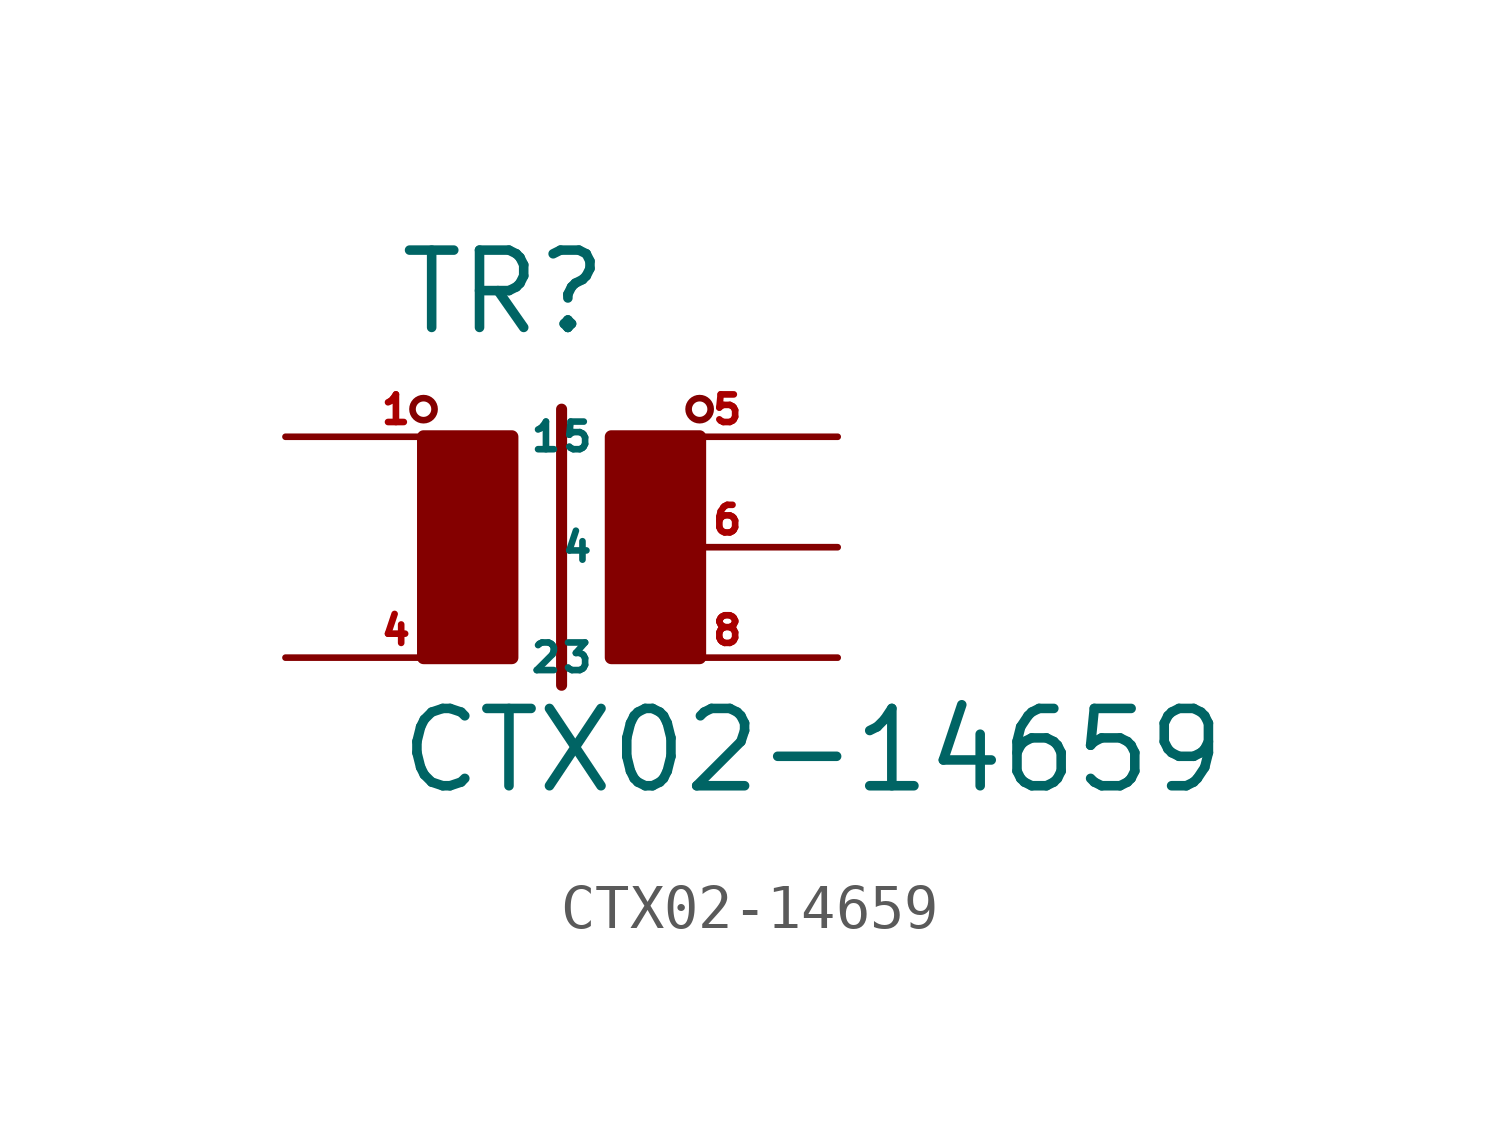
<source format=kicad_sym>
(kicad_symbol_lib
  (version 20220914)
  (generator Eagle2Kicad)
  (symbol "CTX02-14659"
    (property "Reference" "TR"
      (at -2.54 4.826 0)
      (effects (font (size 1.778 1.778) (thickness 0.22)) (justify left bottom)))
    (property "Value" "CTX02-14659"
      (at -2.54 -5.715 0)
      (effects (font (size 1.778 1.778) (thickness 0.22)) (justify left bottom)))
    (polyline
      (pts (xy 1.27 3.175) (xy 1.27 -3.175))
      (stroke (width 0.254) (type default))
      (fill (type none)))
    (circle
      (center -1.905 3.175)
      (radius 0.254)
      (stroke (width 0) (type default))
      (fill (type none)))
    (circle
      (center 4.445 3.175)
      (radius 0.254)
      (stroke (width 0) (type default))
      (fill (type none)))
    (rectangle
      (start -1.905 -2.54)
      (end 0.127 2.54)
      (stroke (width 0.3) (type default))
      (fill (type outline)))
    (rectangle
      (start 2.413 -2.54)
      (end 4.445 2.54)
      (stroke (width 0.3) (type default))
      (fill (type outline)))
    (pin passive line
      (at -5.08 2.54 0)
      (length 5.08)
      (name "1" (effects (font (size 0.635 0.635) (thickness 0.08)) (justify left bottom)))
      (number "1" (effects (font (size 0.635 0.635) (thickness 0.08)) (justify left bottom))))
    (pin passive line
      (at -5.08 -2.54 0)
      (length 5.08)
      (name "2" (effects (font (size 0.635 0.635) (thickness 0.08)) (justify left bottom)))
      (number "4" (effects (font (size 0.635 0.635) (thickness 0.08)) (justify left bottom))))
    (pin passive line
      (at 7.62 -2.54 180)
      (length 5.08)
      (name "3" (effects (font (size 0.635 0.635) (thickness 0.08)) (justify left bottom)))
      (number "8" (effects (font (size 0.635 0.635) (thickness 0.08)) (justify left bottom))))
    (pin passive line
      (at 7.62 0 180)
      (length 5.08)
      (name "4" (effects (font (size 0.635 0.635) (thickness 0.08)) (justify left bottom)))
      (number "6" (effects (font (size 0.635 0.635) (thickness 0.08)) (justify left bottom))))
    (pin passive line
      (at 7.62 2.54 180)
      (length 5.08)
      (name "5" (effects (font (size 0.635 0.635) (thickness 0.08)) (justify left bottom)))
      (number "5" (effects (font (size 0.635 0.635) (thickness 0.08)) (justify left bottom))))))
</source>
